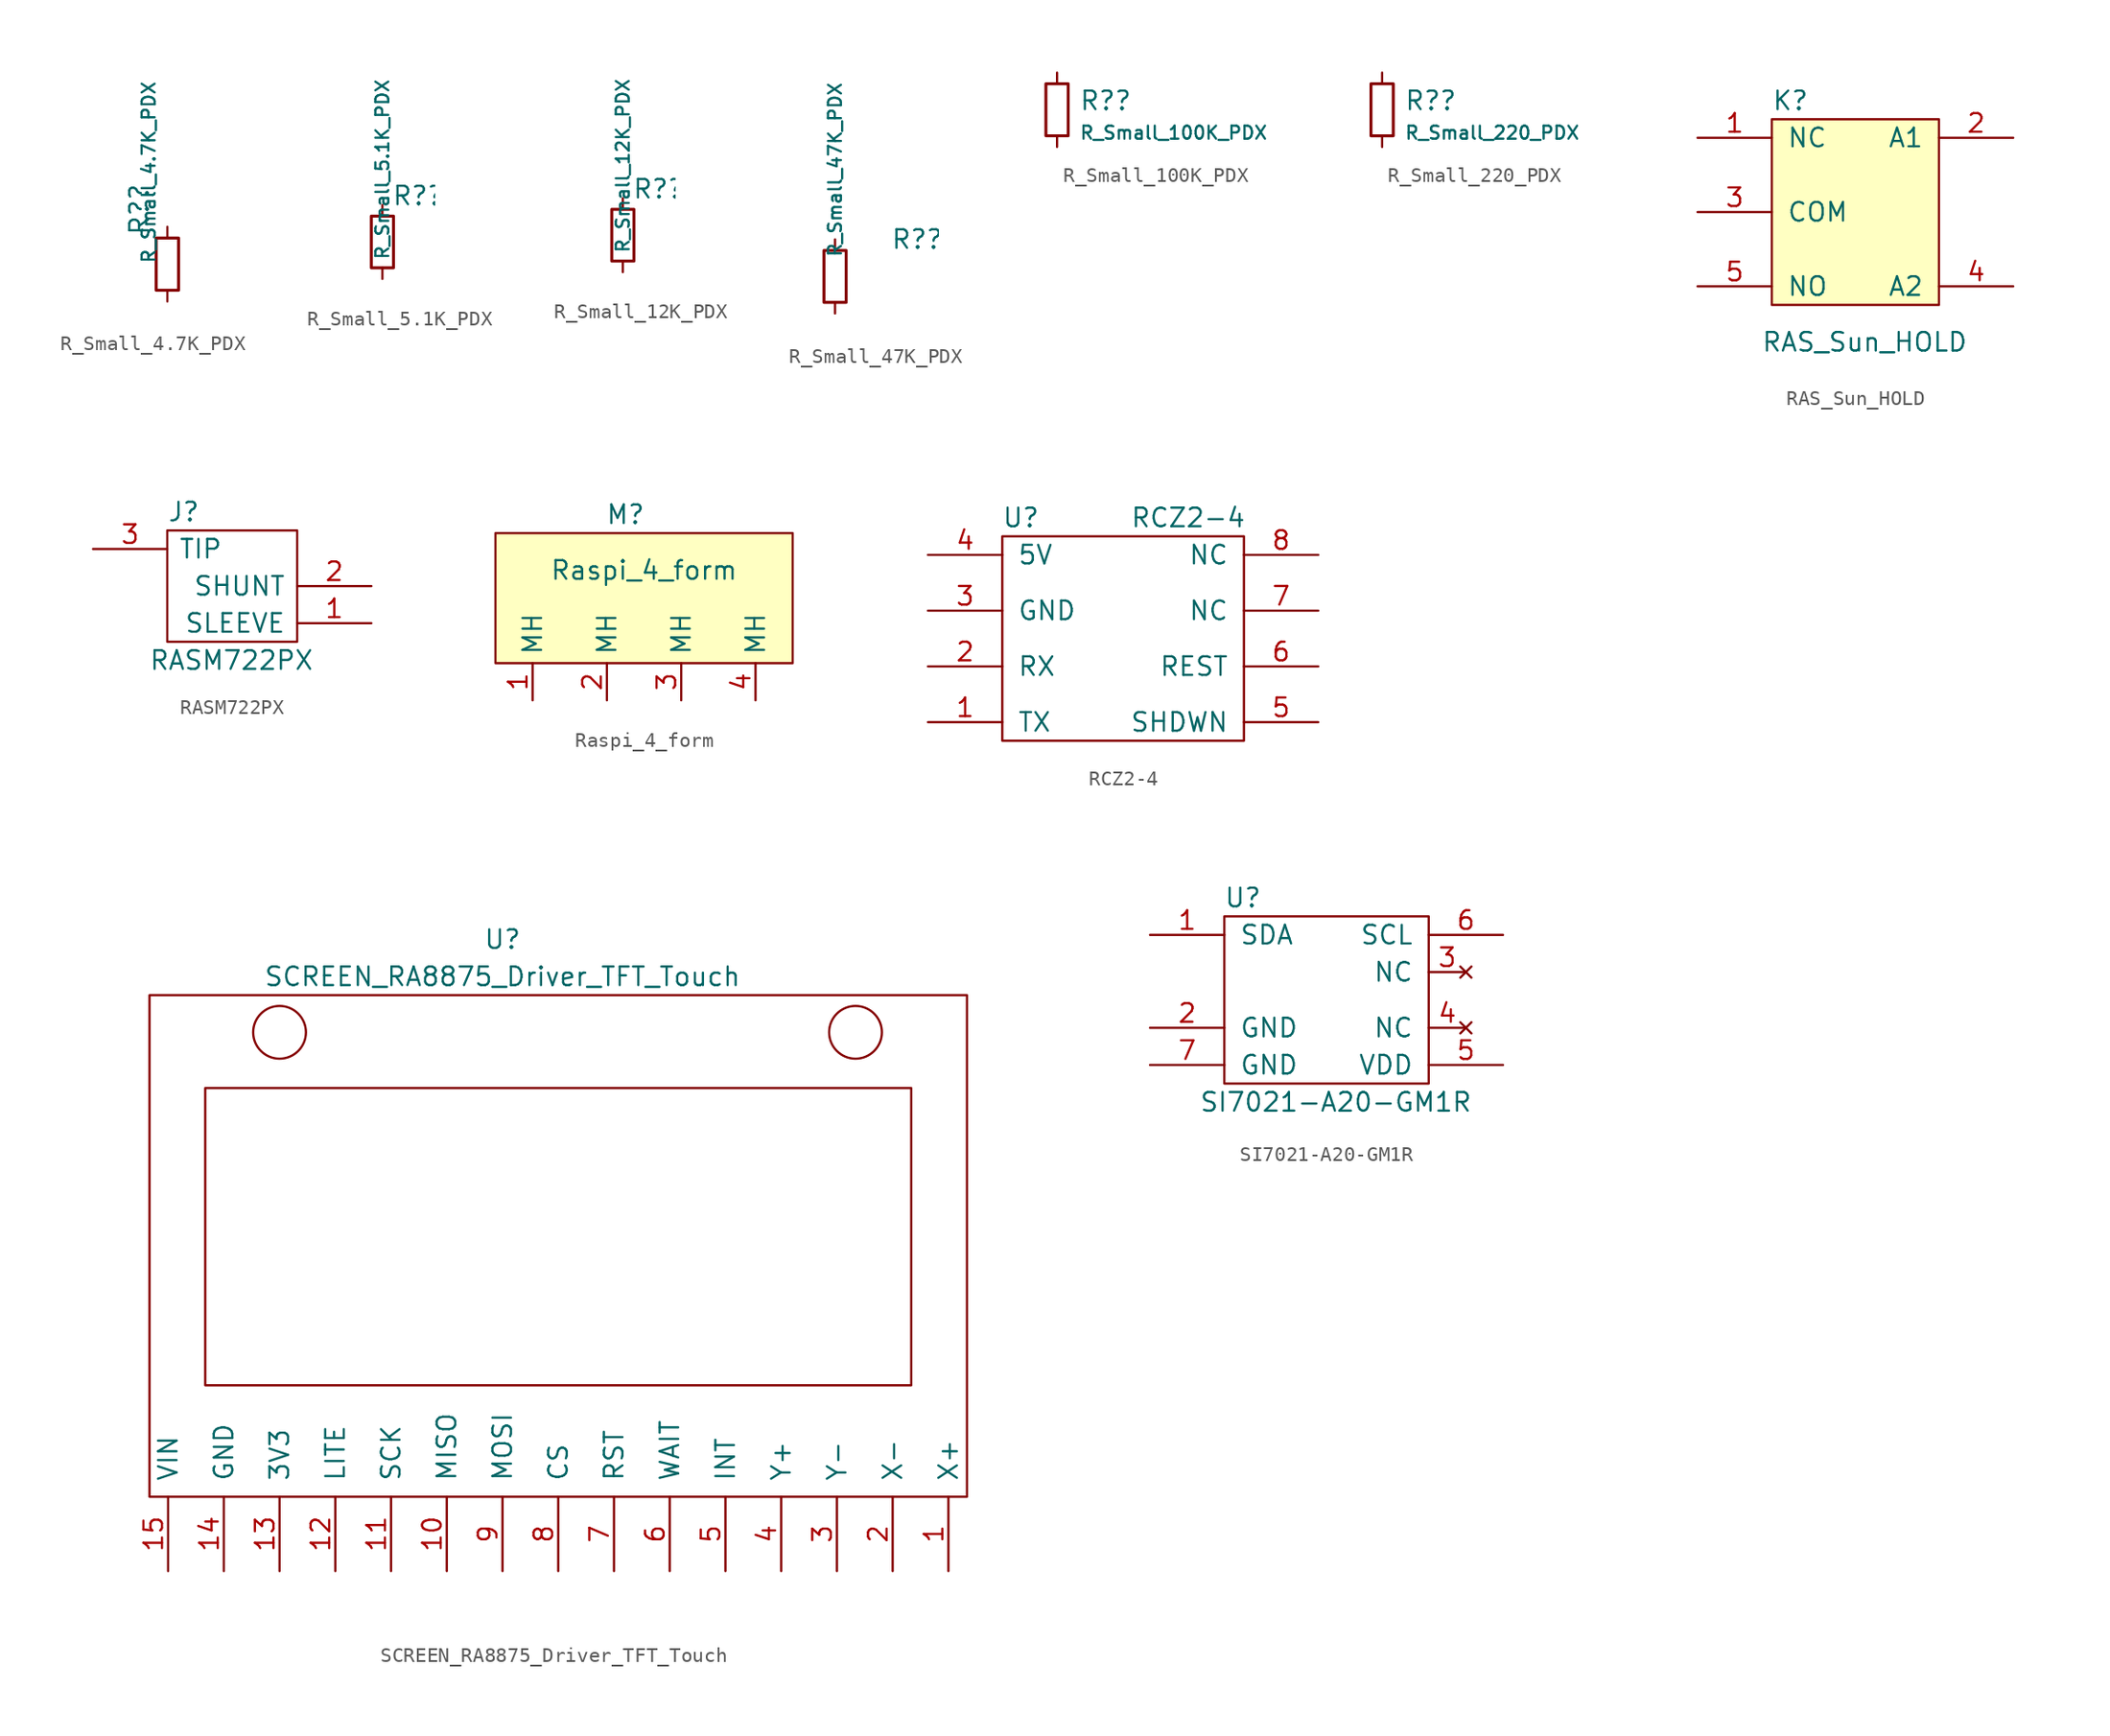
<source format=kicad_sym>
(kicad_symbol_lib
  (version 20211014)
  (generator kicad_symbol_editor)
  (symbol "R_Small_4.7K_PDX"
    (pin_numbers hide)
    (pin_names
      (offset 0.254) hide)
    (property "Reference" "R?"
      (at -1.905 1.905 90)
      (effects (font (size 1.27 1.27)) (justify left)))
    (property "Value" "R_Small_4.7K_PDX"
      (at -1.27 0 90)
      (effects (font (size 0.889 0.889)) (justify left)))
    (symbol "R_Small_4.7K_PDX_0_1"
      (rectangle (start -0.762 1.778) (end 0.762 -1.778) (stroke (width 0.203) (type default) (color 0 0 0 0)) (fill (type none))))
    (symbol "R_Small_4.7K_PDX_1_1"
      (pin passive line (at 0 2.54 270) (length 0.762) (name "~" (effects (font (size 1.27 1.27)))) (number "1" (effects (font (size 1.27 1.27)))))
      (pin passive line (at 0 -2.54 90) (length 0.762) (name "~" (effects (font (size 1.27 1.27)))) (number "2" (effects (font (size 1.27 1.27)))))))
  (symbol "R_Small_5.1K_PDX"
    (pin_numbers hide)
    (pin_names
      (offset 0.254) hide)
    (property "Reference" "R?"
      (at 0.635 3.175 0)
      (effects (font (size 1.27 1.27)) (justify left)))
    (property "Value" "R_Small_5.1K_PDX"
      (at 0 -1.27 90)
      (effects (font (size 0.889 0.889)) (justify left)))
    (symbol "R_Small_5.1K_PDX_0_1"
      (rectangle (start -0.762 1.778) (end 0.762 -1.778) (stroke (width 0.203) (type default) (color 0 0 0 0)) (fill (type none))))
    (symbol "R_Small_5.1K_PDX_1_1"
      (pin passive line (at 0 2.54 270) (length 0.762) (name "~" (effects (font (size 1.27 1.27)))) (number "1" (effects (font (size 1.27 1.27)))))
      (pin passive line (at 0 -2.54 90) (length 0.762) (name "~" (effects (font (size 1.27 1.27)))) (number "2" (effects (font (size 1.27 1.27)))))))
  (symbol "R_Small_12K_PDX"
    (pin_numbers hide)
    (pin_names
      (offset 0.254) hide)
    (property "Reference" "R?"
      (at 0.635 3.175 0)
      (effects (font (size 1.27 1.27)) (justify left)))
    (property "Value" "R_Small_12K_PDX"
      (at 0 -1.27 90)
      (effects (font (size 0.889 0.889)) (justify left)))
    (symbol "R_Small_12K_PDX_0_1"
      (rectangle (start -0.762 1.778) (end 0.762 -1.778) (stroke (width 0.203) (type default) (color 0 0 0 0)) (fill (type none))))
    (symbol "R_Small_12K_PDX_1_1"
      (pin passive line (at 0 2.54 270) (length 0.762) (name "~" (effects (font (size 1.27 1.27)))) (number "1" (effects (font (size 1.27 1.27)))))
      (pin passive line (at 0 -2.54 90) (length 0.762) (name "~" (effects (font (size 1.27 1.27)))) (number "2" (effects (font (size 1.27 1.27)))))))
  (symbol "R_Small_47K_PDX"
    (pin_numbers hide)
    (pin_names
      (offset 0.254) hide)
    (property "Reference" "R?"
      (at 3.81 2.54 0)
      (effects (font (size 1.27 1.27)) (justify left)))
    (property "Value" "R_Small_47K_PDX"
      (at 0 1.27 90)
      (effects (font (size 0.889 0.889)) (justify left)))
    (symbol "R_Small_47K_PDX_0_1"
      (rectangle (start -0.762 1.778) (end 0.762 -1.778) (stroke (width 0.203) (type default) (color 0 0 0 0)) (fill (type none))))
    (symbol "R_Small_47K_PDX_1_1"
      (pin passive line (at 0 2.54 270) (length 0.762) (name "~" (effects (font (size 1.27 1.27)))) (number "1" (effects (font (size 1.27 1.27)))))
      (pin passive line (at 0 -2.54 90) (length 0.762) (name "~" (effects (font (size 1.27 1.27)))) (number "2" (effects (font (size 1.27 1.27)))))))
  (symbol "R_Small_100K_PDX"
    (pin_numbers hide)
    (pin_names
      (offset 0.254) hide)
    (property "Reference" "R?"
      (at 1.499 0.622 0)
      (effects (font (size 1.27 1.27)) (justify left)))
    (property "Value" "R_Small_100K_PDX"
      (at 1.499 -1.572 0)
      (effects (font (size 0.889 0.889)) (justify left)))
    (symbol "R_Small_100K_PDX_0_1"
      (rectangle (start -0.762 1.778) (end 0.762 -1.778) (stroke (width 0.203) (type default) (color 0 0 0 0)) (fill (type none))))
    (symbol "R_Small_100K_PDX_1_1"
      (pin passive line (at 0 2.54 270) (length 0.762) (name "~" (effects (font (size 1.27 1.27)))) (number "1" (effects (font (size 1.27 1.27)))))
      (pin passive line (at 0 -2.54 90) (length 0.762) (name "~" (effects (font (size 1.27 1.27)))) (number "2" (effects (font (size 1.27 1.27)))))))
  (symbol "R_Small_220_PDX"
    (pin_numbers hide)
    (pin_names
      (offset 0.254) hide)
    (property "Reference" "R?"
      (at 1.499 0.622 0)
      (effects (font (size 1.27 1.27)) (justify left)))
    (property "Value" "R_Small_220_PDX"
      (at 1.499 -1.572 0)
      (effects (font (size 0.889 0.889)) (justify left)))
    (symbol "R_Small_220_PDX_0_1"
      (rectangle (start -0.762 1.778) (end 0.762 -1.778) (stroke (width 0.203) (type default) (color 0 0 0 0)) (fill (type none))))
    (symbol "R_Small_220_PDX_1_1"
      (pin passive line (at 0 2.54 270) (length 0.762) (name "~" (effects (font (size 1.27 1.27)))) (number "1" (effects (font (size 1.27 1.27)))))
      (pin passive line (at 0 -2.54 90) (length 0.762) (name "~" (effects (font (size 1.27 1.27)))) (number "2" (effects (font (size 1.27 1.27)))))))
  (symbol "RAS_Sun_HOLD"
    (pin_names
      (offset 1.016))
    (property "Reference" "K"
      (at 1.27 13.97 0)
      (effects (font (size 1.27 1.27))))
    (property "Value" "RAS_Sun_HOLD"
      (at 6.35 -2.54 0)
      (effects (font (size 1.27 1.27))))
    (symbol "RAS_Sun_HOLD_0_1"
      (rectangle (start 0 12.7) (end 11.43 0) (stroke (width 0) (type default) (color 0 0 0 0)) (fill (type background))))
    (symbol "RAS_Sun_HOLD_1_1"
      (pin input line (at -5.08 11.43 0) (length 5.08) (name "NC" (effects (font (size 1.27 1.27)))) (number "1" (effects (font (size 1.27 1.27)))))
      (pin input line (at 16.51 11.43 180) (length 5.08) (name "A1" (effects (font (size 1.27 1.27)))) (number "2" (effects (font (size 1.27 1.27)))))
      (pin input line (at -5.08 6.35 0) (length 5.08) (name "COM" (effects (font (size 1.27 1.27)))) (number "3" (effects (font (size 1.27 1.27)))))
      (pin input line (at 16.51 1.27 180) (length 5.08) (name "A2" (effects (font (size 1.27 1.27)))) (number "4" (effects (font (size 1.27 1.27)))))
      (pin input line (at -5.08 1.27 0) (length 5.08) (name "NO" (effects (font (size 1.27 1.27)))) (number "5" (effects (font (size 1.27 1.27)))))))
  (symbol "RASM722PX"
    (pin_names
      (offset 0.762))
    (property "Reference" "J"
      (at 5.08 2.54 0)
      (effects (font (size 1.27 1.27)) (justify left)))
    (property "Value" "RASM722PX"
      (at 3.81 -7.62 0)
      (effects (font (size 1.27 1.27)) (justify left)))
    (symbol "RASM722PX_0_0"
      (pin bidirectional line (at 19.05 -5.08 180) (length 5.08) (name "SLEEVE" (effects (font (size 1.27 1.27)))) (number "1" (effects (font (size 1.27 1.27)))))
      (pin bidirectional line (at 19.05 -2.54 180) (length 5.08) (name "SHUNT" (effects (font (size 1.27 1.27)))) (number "2" (effects (font (size 1.27 1.27)))))
      (pin bidirectional line (at 0 0 0) (length 5.08) (name "TIP" (effects (font (size 1.27 1.27)))) (number "3" (effects (font (size 1.27 1.27))))))
    (symbol "RASM722PX_0_1"
      (rectangle (start 5.08 1.27) (end 13.97 -6.35) (stroke (width 0) (type default) (color 0 0 0 0)) (fill (type none)))))
  (symbol "Raspi_4_form"
    (property "Reference" "M"
      (at -1.27 11.43 0)
      (effects (font (size 1.27 1.27))))
    (property "Value" "Raspi_4_form"
      (at 0 7.62 0)
      (effects (font (size 1.27 1.27))))
    (symbol "Raspi_4_form_0_1"
      (rectangle (start 10.16 10.16) (end -10.16 1.27) (stroke (width 0.152) (type default) (color 0 0 0 0)) (fill (type background))))
    (symbol "Raspi_4_form_1_1"
      (pin input line (at -7.62 -1.27 90) (length 2.54) (name "MH" (effects (font (size 1.27 1.27)))) (number "1" (effects (font (size 1.27 1.27)))))
      (pin input line (at -2.54 -1.27 90) (length 2.54) (name "MH" (effects (font (size 1.27 1.27)))) (number "2" (effects (font (size 1.27 1.27)))))
      (pin input line (at 2.54 -1.27 90) (length 2.54) (name "MH" (effects (font (size 1.27 1.27)))) (number "3" (effects (font (size 1.27 1.27)))))
      (pin input line (at 7.62 -1.27 90) (length 2.54) (name "MH" (effects (font (size 1.27 1.27)))) (number "4" (effects (font (size 1.27 1.27)))))))
  (symbol "RCZ2-4"
    (pin_names
      (offset 1.016))
    (property "Reference" "U"
      (at 1.27 15.24 0)
      (effects (font (size 1.27 1.27))))
    (property "Value" "RCZ2-4"
      (at 12.7 15.24 0)
      (effects (font (size 1.27 1.27))))
    (symbol "RCZ2-4_0_1"
      (rectangle (start 0 13.97) (end 16.51 0) (stroke (width 0) (type default) (color 0 0 0 0)) (fill (type none))))
    (symbol "RCZ2-4_1_1"
      (pin input line (at -5.08 1.27 0) (length 5.08) (name "TX" (effects (font (size 1.27 1.27)))) (number "1" (effects (font (size 1.27 1.27)))))
      (pin input line (at -5.08 5.08 0) (length 5.08) (name "RX" (effects (font (size 1.27 1.27)))) (number "2" (effects (font (size 1.27 1.27)))))
      (pin input line (at -5.08 8.89 0) (length 5.08) (name "GND" (effects (font (size 1.27 1.27)))) (number "3" (effects (font (size 1.27 1.27)))))
      (pin input line (at -5.08 12.7 0) (length 5.08) (name "5V" (effects (font (size 1.27 1.27)))) (number "4" (effects (font (size 1.27 1.27)))))
      (pin input line (at 21.59 1.27 180) (length 5.08) (name "SHDWN" (effects (font (size 1.27 1.27)))) (number "5" (effects (font (size 1.27 1.27)))))
      (pin input line (at 21.59 5.08 180) (length 5.08) (name "REST" (effects (font (size 1.27 1.27)))) (number "6" (effects (font (size 1.27 1.27)))))
      (pin input line (at 21.59 8.89 180) (length 5.08) (name "NC" (effects (font (size 1.27 1.27)))) (number "7" (effects (font (size 1.27 1.27)))))
      (pin input line (at 21.59 12.7 180) (length 5.08) (name "NC" (effects (font (size 1.27 1.27)))) (number "8" (effects (font (size 1.27 1.27)))))))
  (symbol "SCREEN_RA8875_Driver_TFT_Touch"
    (pin_names
      (offset 1.016))
    (property "Reference" "U"
      (at 24.13 38.1 0)
      (effects (font (size 1.27 1.27))))
    (property "Value" "SCREEN_RA8875_Driver_TFT_Touch"
      (at 24.13 35.56 0)
      (effects (font (size 1.27 1.27))))
    (symbol "SCREEN_RA8875_Driver_TFT_Touch_0_1"
      (rectangle (start 0 34.29) (end 55.88 0) (stroke (width 0) (type default) (color 0 0 0 0)) (fill (type none)))
      (circle (center 48.26 31.75) (radius 1.803) (stroke (width 0) (type default) (color 0 0 0 0)) (fill (type none)))
      (rectangle (start 52.07 7.62) (end 3.81 27.94) (stroke (width 0) (type default) (color 0 0 0 0)) (fill (type none))))
    (symbol "SCREEN_RA8875_Driver_TFT_Touch_1_1"
      (circle (center 8.89 31.75) (radius 1.803) (stroke (width 0) (type default) (color 0 0 0 0)) (fill (type none)))
      (pin input line (at 54.61 -5.08 90) (length 5.08) (name "X+" (effects (font (size 1.27 1.27)))) (number "1" (effects (font (size 1.27 1.27)))))
      (pin input line (at 20.32 -5.08 90) (length 5.08) (name "MISO" (effects (font (size 1.27 1.27)))) (number "10" (effects (font (size 1.27 1.27)))))
      (pin input line (at 16.51 -5.08 90) (length 5.08) (name "SCK" (effects (font (size 1.27 1.27)))) (number "11" (effects (font (size 1.27 1.27)))))
      (pin input line (at 12.7 -5.08 90) (length 5.08) (name "LITE" (effects (font (size 1.27 1.27)))) (number "12" (effects (font (size 1.27 1.27)))))
      (pin input line (at 8.89 -5.08 90) (length 5.08) (name "3V3" (effects (font (size 1.27 1.27)))) (number "13" (effects (font (size 1.27 1.27)))))
      (pin input line (at 5.08 -5.08 90) (length 5.08) (name "GND" (effects (font (size 1.27 1.27)))) (number "14" (effects (font (size 1.27 1.27)))))
      (pin input line (at 1.27 -5.08 90) (length 5.08) (name "VIN" (effects (font (size 1.27 1.27)))) (number "15" (effects (font (size 1.27 1.27)))))
      (pin input line (at 50.8 -5.08 90) (length 5.08) (name "X-" (effects (font (size 1.27 1.27)))) (number "2" (effects (font (size 1.27 1.27)))))
      (pin input line (at 46.99 -5.08 90) (length 5.08) (name "Y-" (effects (font (size 1.27 1.27)))) (number "3" (effects (font (size 1.27 1.27)))))
      (pin input line (at 43.18 -5.08 90) (length 5.08) (name "Y+" (effects (font (size 1.27 1.27)))) (number "4" (effects (font (size 1.27 1.27)))))
      (pin input line (at 39.37 -5.08 90) (length 5.08) (name "INT" (effects (font (size 1.27 1.27)))) (number "5" (effects (font (size 1.27 1.27)))))
      (pin input line (at 35.56 -5.08 90) (length 5.08) (name "WAIT" (effects (font (size 1.27 1.27)))) (number "6" (effects (font (size 1.27 1.27)))))
      (pin input line (at 31.75 -5.08 90) (length 5.08) (name "RST" (effects (font (size 1.27 1.27)))) (number "7" (effects (font (size 1.27 1.27)))))
      (pin input line (at 27.94 -5.08 90) (length 5.08) (name "CS" (effects (font (size 1.27 1.27)))) (number "8" (effects (font (size 1.27 1.27)))))
      (pin input line (at 24.13 -5.08 90) (length 5.08) (name "MOSI" (effects (font (size 1.27 1.27)))) (number "9" (effects (font (size 1.27 1.27)))))))
  (symbol "SI7021-A20-GM1R"
    (pin_names
      (offset 1.016))
    (property "Reference" "U"
      (at -5.08 6.35 0)
      (effects (font (size 1.27 1.27))))
    (property "Value" "SI7021-A20-GM1R"
      (at 1.27 -7.62 0)
      (effects (font (size 1.27 1.27))))
    (symbol "SI7021-A20-GM1R_0_1"
      (rectangle (start -6.35 5.08) (end 7.62 -6.35) (stroke (width 0) (type default) (color 0 0 0 0)) (fill (type none))))
    (symbol "SI7021-A20-GM1R_1_1"
      (pin input line (at -11.43 3.81 0) (length 5.08) (name "SDA" (effects (font (size 1.27 1.27)))) (number "1" (effects (font (size 1.27 1.27)))))
      (pin input line (at -11.43 -2.54 0) (length 5.08) (name "GND" (effects (font (size 1.27 1.27)))) (number "2" (effects (font (size 1.27 1.27)))))
      (pin no_connect line (at 10.16 1.27 180) (length 2.54) (name "NC" (effects (font (size 1.27 1.27)))) (number "3" (effects (font (size 1.27 1.27)))))
      (pin no_connect line (at 10.16 -2.54 180) (length 2.54) (name "NC" (effects (font (size 1.27 1.27)))) (number "4" (effects (font (size 1.27 1.27)))))
      (pin input line (at 12.7 -5.08 180) (length 5.08) (name "VDD" (effects (font (size 1.27 1.27)))) (number "5" (effects (font (size 1.27 1.27)))))
      (pin input line (at 12.7 3.81 180) (length 5.08) (name "SCL" (effects (font (size 1.27 1.27)))) (number "6" (effects (font (size 1.27 1.27)))))
      (pin input line (at -11.43 -5.08 0) (length 5.08) (name "GND" (effects (font (size 1.27 1.27)))) (number "7" (effects (font (size 1.27 1.27))))))))
</source>
